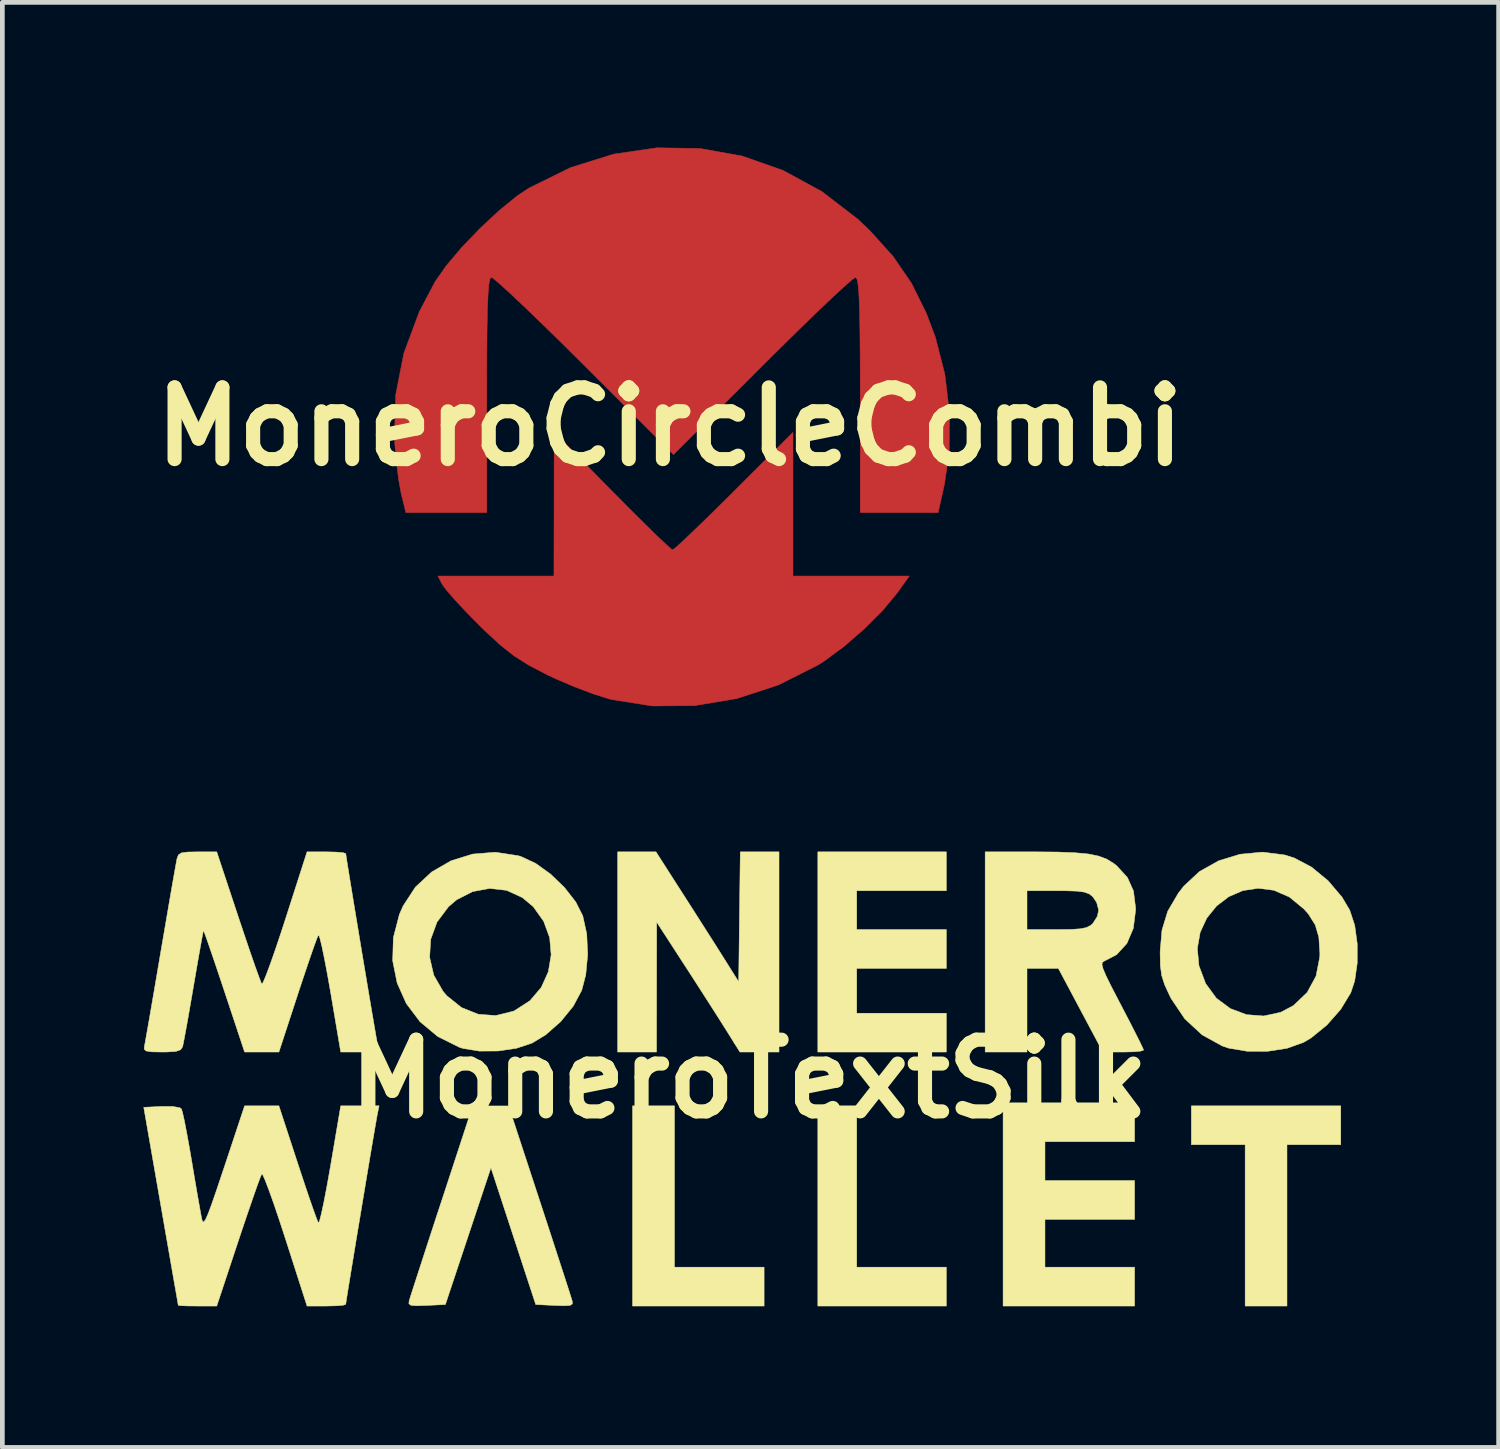
<source format=kicad_pcb>
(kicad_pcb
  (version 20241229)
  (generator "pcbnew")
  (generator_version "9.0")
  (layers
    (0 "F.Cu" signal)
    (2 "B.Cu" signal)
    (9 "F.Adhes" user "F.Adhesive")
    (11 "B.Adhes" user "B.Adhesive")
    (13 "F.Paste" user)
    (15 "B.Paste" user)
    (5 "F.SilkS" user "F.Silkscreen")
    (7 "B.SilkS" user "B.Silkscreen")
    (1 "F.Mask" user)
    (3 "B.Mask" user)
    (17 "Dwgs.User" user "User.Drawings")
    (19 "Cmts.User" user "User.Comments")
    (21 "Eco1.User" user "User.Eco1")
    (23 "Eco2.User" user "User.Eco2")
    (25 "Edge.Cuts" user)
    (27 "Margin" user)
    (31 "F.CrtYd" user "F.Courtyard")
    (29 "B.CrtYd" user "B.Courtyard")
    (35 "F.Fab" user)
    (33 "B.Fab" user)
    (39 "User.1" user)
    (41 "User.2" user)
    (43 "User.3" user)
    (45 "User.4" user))
  (footprint "MoneroCircleCombi"
    (layer "F.Cu")
    (at 11.183 6.017)
    (property "Reference" "MoneroCircleCombi" (at 0 0 0) (layer "F.SilkS") (effects (font (size 1.524 1.524) (thickness 0.3))))
    (attr through_hole)
    (fp_poly (pts (xy -1.226 1.369) (xy -0.866 1.733) (xy -0.543 2.054) (xy -0.273 2.318) (xy -0.072 2.508) (xy 0.042 2.608) (xy 0.06 2.619) (xy 0.131 2.566) (xy 0.296 2.415) (xy 0.539 2.184) (xy 0.844 1.888) (xy 1.194 1.544) (xy 1.368 1.37) (xy 2.619 0.121) (xy 2.619 3.175) (xy 5.09 3.175) (xy 4.827 3.542) (xy 4.525 3.907) (xy 4.131 4.3) (xy 3.697 4.676) (xy 3.271 4.99) (xy 3.146 5.068) (xy 2.306 5.491) (xy 1.423 5.779) (xy 0.523 5.929) (xy -0.373 5.936) (xy -1.241 5.798) (xy -1.27 5.791) (xy -1.613 5.684) (xy -2.026 5.528) (xy -2.443 5.35) (xy -2.615 5.268) (xy -2.995 5.069) (xy -3.309 4.871) (xy -3.606 4.636) (xy -3.939 4.327) (xy -4.053 4.216) (xy -4.329 3.934) (xy -4.569 3.677) (xy -4.746 3.473) (xy -4.834 3.354) (xy -4.927 3.175) (xy -2.461 3.175) (xy -2.458 1.647) (xy -2.456 0.119) (xy -1.226 1.369)) (stroke (width 0.01) (type solid)) (fill yes) (layer "F.Cu"))
    (fp_poly (pts (xy 0.642 -5.912) (xy 1.542 -5.751) (xy 2.411 -5.445) (xy 3.236 -4.995) (xy 4.004 -4.403) (xy 4.249 -4.17) (xy 4.747 -3.618) (xy 5.137 -3.049) (xy 5.452 -2.413) (xy 5.645 -1.901) (xy 5.846 -1.116) (xy 5.945 -0.285) (xy 5.938 0.539) (xy 5.838 1.223) (xy 5.704 1.826) (xy 4.048 1.826) (xy 4.048 -0.675) (xy 4.047 -1.404) (xy 4.042 -1.987) (xy 4.034 -2.437) (xy 4.022 -2.768) (xy 4.006 -2.992) (xy 3.984 -3.123) (xy 3.956 -3.173) (xy 3.95 -3.175) (xy 3.872 -3.121) (xy 3.696 -2.967) (xy 3.436 -2.726) (xy 3.106 -2.412) (xy 2.72 -2.037) (xy 2.29 -1.614) (xy 1.965 -1.29) (xy 0.079 0.594) (xy -1.806 -1.29) (xy -2.258 -1.739) (xy -2.676 -2.149) (xy -3.048 -2.508) (xy -3.36 -2.803) (xy -3.597 -3.02) (xy -3.746 -3.147) (xy -3.791 -3.175) (xy -3.82 -3.141) (xy -3.843 -3.028) (xy -3.86 -2.825) (xy -3.873 -2.519) (xy -3.882 -2.095) (xy -3.887 -1.542) (xy -3.889 -0.846) (xy -3.889 -0.675) (xy -3.889 1.826) (xy -5.608 1.826) (xy -5.71 1.409) (xy -5.76 1.135) (xy -5.807 0.768) (xy -5.842 0.373) (xy -5.85 0.238) (xy -5.824 -0.675) (xy -5.65 -1.563) (xy -5.323 -2.44) (xy -4.989 -3.077) (xy -4.751 -3.418) (xy -4.419 -3.81) (xy -4.032 -4.213) (xy -3.628 -4.59) (xy -3.245 -4.902) (xy -2.997 -5.068) (xy -2.108 -5.506) (xy -1.196 -5.791) (xy -0.275 -5.926) (xy 0.642 -5.912)) (stroke (width 0.01) (type solid)) (fill yes) (layer "F.Cu"))
    (fp_poly (pts (xy 0.588 -6.007) (xy 1.5 -5.857) (xy 2.381 -5.566) (xy 3.216 -5.134) (xy 3.991 -4.563) (xy 4.329 -4.249) (xy 4.825 -3.698) (xy 5.215 -3.131) (xy 5.531 -2.495) (xy 5.725 -1.98) (xy 5.912 -1.257) (xy 6.016 -0.465) (xy 6.033 0.337) (xy 5.959 1.088) (xy 5.917 1.303) (xy 5.784 1.905) (xy 3.969 1.905) (xy 3.969 -0.615) (xy 3.969 -3.134) (xy 2.024 -1.191) (xy 0.079 0.753) (xy -1.865 -1.191) (xy -3.81 -3.134) (xy -3.81 1.905) (xy -5.688 1.905) (xy -5.79 1.488) (xy -5.838 1.225) (xy -5.883 0.862) (xy -5.917 0.457) (xy -5.93 0.238) (xy -5.909 -0.684) (xy -5.755 -1.553) (xy -5.459 -2.397) (xy -5.068 -3.156) (xy -4.83 -3.498) (xy -4.498 -3.889) (xy -4.111 -4.293) (xy -3.707 -4.669) (xy -3.324 -4.981) (xy -3.077 -5.148) (xy -2.187 -5.585) (xy -1.27 -5.872) (xy -0.34 -6.012) (xy 0.588 -6.007)) (stroke (width 0.01) (type solid)) (fill yes) (layer "F.Mask"))
    (fp_poly (pts (xy 2.699 3.096) (xy 3.973 3.096) (xy 5.248 3.096) (xy 5.104 3.352) (xy 4.944 3.578) (xy 4.691 3.868) (xy 4.375 4.191) (xy 4.031 4.516) (xy 3.691 4.812) (xy 3.388 5.048) (xy 3.235 5.148) (xy 2.377 5.57) (xy 1.475 5.86) (xy 0.553 6.013) (xy -0.364 6.026) (xy -1.252 5.894) (xy -1.349 5.87) (xy -2.108 5.617) (xy -2.851 5.262) (xy -3.526 4.832) (xy -3.952 4.484) (xy -4.222 4.22) (xy -4.49 3.935) (xy -4.733 3.655) (xy -4.928 3.409) (xy -5.05 3.225) (xy -5.08 3.145) (xy -5.005 3.128) (xy -4.798 3.114) (xy -4.485 3.103) (xy -4.093 3.097) (xy -3.81 3.096) (xy -2.54 3.096) (xy -2.54 1.548) (xy -2.537 1.072) (xy -2.527 0.655) (xy -2.513 0.322) (xy -2.495 0.096) (xy -2.475 0.001) (xy -2.472 0) (xy -2.399 0.054) (xy -2.232 0.207) (xy -1.989 0.44) (xy -1.686 0.74) (xy -1.34 1.088) (xy -1.171 1.259) (xy 0.061 2.519) (xy 1.38 1.2) (xy 2.699 -0.118) (xy 2.699 3.096)) (stroke (width 0.01) (type solid)) (fill yes) (layer "F.Mask")))
  (footprint "MoneroTextSilk"
    (layer "F.Cu")
    (at 12.87 19.879)
    (property "Reference" "MoneroTextSilk" (at 0 0 0) (layer "F.SilkS") (effects (font (size 1.524 1.524) (thickness 0.3))))
    (attr through_hole)
    (fp_poly (pts (xy -1.587 4) (xy 0.318 4) (xy 0.318 4.826) (xy -2.477 4.826) (xy -2.477 0.572) (xy -1.587 0.572) (xy -1.587 4)) (stroke (width 0.01) (type solid)) (fill yes) (layer "F.SilkS"))
    (fp_poly (pts (xy 2.286 4) (xy 4.191 4) (xy 4.191 4.826) (xy 1.46 4.826) (xy 1.46 0.572) (xy 2.286 0.572) (xy 2.286 4)) (stroke (width 0.01) (type solid)) (fill yes) (layer "F.SilkS"))
    (fp_poly (pts (xy 12.573 1.397) (xy 11.43 1.397) (xy 11.43 4.826) (xy 10.541 4.826) (xy 10.541 1.397) (xy 9.398 1.397) (xy 9.398 0.572) (xy 12.573 0.572) (xy 12.573 1.397)) (stroke (width 0.01) (type solid)) (fill yes) (layer "F.SilkS"))
    (fp_poly (pts (xy 4.191 -4) (xy 2.286 -4) (xy 2.286 -3.175) (xy 4.191 -3.175) (xy 4.191 -2.349) (xy 2.286 -2.349) (xy 2.286 -1.397) (xy 4.191 -1.397) (xy 4.191 -0.572) (xy 1.46 -0.572) (xy 1.46 -4.826) (xy 4.191 -4.826) (xy 4.191 -4)) (stroke (width 0.01) (type solid)) (fill yes) (layer "F.SilkS"))
    (fp_poly (pts (xy 8.191 1.333) (xy 6.287 1.333) (xy 6.287 2.159) (xy 8.191 2.159) (xy 8.191 2.985) (xy 6.287 2.985) (xy 6.287 4) (xy 8.191 4) (xy 8.191 4.826) (xy 5.397 4.826) (xy 5.397 0.508) (xy 8.191 0.508) (xy 8.191 1.333)) (stroke (width 0.01) (type solid)) (fill yes) (layer "F.SilkS"))
    (fp_poly (pts (xy -1.4 -3.921) (xy -1.179 -3.576) (xy -0.956 -3.226) (xy -0.75 -2.903) (xy -0.583 -2.639) (xy -0.521 -2.54) (xy -0.222 -2.064) (xy -0.188 -4.826) (xy 0.635 -4.826) (xy 0.635 -0.572) (xy -0.196 -0.572) (xy -0.495 -1.05) (xy -0.636 -1.273) (xy -0.826 -1.571) (xy -1.044 -1.911) (xy -1.27 -2.262) (xy -1.38 -2.431) (xy -1.965 -3.334) (xy -1.968 -0.572) (xy -2.794 -0.572) (xy -2.794 -4.826) (xy -1.98 -4.826) (xy -1.4 -3.921)) (stroke (width 0.01) (type solid)) (fill yes) (layer "F.SilkS"))
    (fp_poly (pts (xy -4.451 2.589) (xy -4.292 3.074) (xy -4.145 3.525) (xy -4.015 3.925) (xy -3.906 4.26) (xy -3.824 4.514) (xy -3.774 4.673) (xy -3.76 4.718) (xy -3.756 4.78) (xy -3.804 4.812) (xy -3.929 4.82) (xy -4.133 4.813) (xy -4.535 4.794) (xy -5.011 3.341) (xy -5.487 1.887) (xy -6.455 4.794) (xy -6.855 4.813) (xy -7.073 4.82) (xy -7.189 4.81) (xy -7.231 4.775) (xy -7.225 4.718) (xy -7.199 4.632) (xy -7.138 4.44) (xy -7.046 4.158) (xy -6.93 3.8) (xy -6.794 3.382) (xy -6.643 2.919) (xy -6.534 2.589) (xy -5.874 0.574) (xy -5.112 0.574) (xy -4.451 2.589)) (stroke (width 0.01) (type solid)) (fill yes) (layer "F.SilkS"))
    (fp_poly (pts (xy -4.909 -4.744) (xy -4.849 -4.727) (xy -4.538 -4.582) (xy -4.218 -4.352) (xy -3.923 -4.067) (xy -3.684 -3.76) (xy -3.535 -3.465) (xy -3.451 -3.08) (xy -3.431 -2.643) (xy -3.472 -2.211) (xy -3.558 -1.882) (xy -3.737 -1.547) (xy -4.003 -1.22) (xy -4.323 -0.938) (xy -4.613 -0.762) (xy -4.947 -0.651) (xy -5.338 -0.594) (xy -5.735 -0.592) (xy -6.087 -0.65) (xy -6.16 -0.674) (xy -6.618 -0.902) (xy -6.995 -1.217) (xy -7.285 -1.602) (xy -7.48 -2.039) (xy -7.575 -2.511) (xy -7.573 -2.585) (xy -6.79 -2.585) (xy -6.703 -2.208) (xy -6.505 -1.862) (xy -6.424 -1.767) (xy -6.112 -1.517) (xy -5.758 -1.375) (xy -5.385 -1.347) (xy -5.016 -1.438) (xy -4.984 -1.452) (xy -4.657 -1.663) (xy -4.417 -1.946) (xy -4.267 -2.278) (xy -4.207 -2.637) (xy -4.239 -3.002) (xy -4.366 -3.35) (xy -4.587 -3.66) (xy -4.817 -3.853) (xy -5.153 -4.008) (xy -5.515 -4.049) (xy -5.878 -3.981) (xy -6.217 -3.807) (xy -6.389 -3.66) (xy -6.633 -3.334) (xy -6.767 -2.968) (xy -6.79 -2.585) (xy -7.573 -2.585) (xy -7.561 -3.002) (xy -7.433 -3.495) (xy -7.355 -3.674) (xy -7.093 -4.076) (xy -6.746 -4.399) (xy -6.333 -4.637) (xy -5.875 -4.779) (xy -5.394 -4.818) (xy -4.909 -4.744)) (stroke (width 0.01) (type solid)) (fill yes) (layer "F.SilkS"))
    (fp_poly (pts (xy 6.08 -4.826) (xy 6.558 -4.822) (xy 6.929 -4.807) (xy 7.214 -4.78) (xy 7.431 -4.735) (xy 7.602 -4.67) (xy 7.746 -4.581) (xy 7.811 -4.53) (xy 8.038 -4.283) (xy 8.168 -3.994) (xy 8.213 -3.632) (xy 8.213 -3.588) (xy 8.165 -3.201) (xy 8.028 -2.88) (xy 7.81 -2.641) (xy 7.551 -2.507) (xy 7.511 -2.483) (xy 7.498 -2.435) (xy 7.52 -2.345) (xy 7.582 -2.198) (xy 7.69 -1.977) (xy 7.852 -1.665) (xy 7.906 -1.562) (xy 8.067 -1.253) (xy 8.204 -0.984) (xy 8.309 -0.775) (xy 8.37 -0.646) (xy 8.382 -0.613) (xy 8.324 -0.592) (xy 8.172 -0.577) (xy 7.957 -0.572) (xy 7.95 -0.572) (xy 7.518 -0.572) (xy 7.045 -1.46) (xy 6.572 -2.349) (xy 6.239 -2.349) (xy 5.905 -2.349) (xy 5.905 -0.572) (xy 5.016 -0.572) (xy 5.016 -4) (xy 5.905 -4) (xy 5.905 -3.175) (xy 6.54 -3.175) (xy 6.84 -3.178) (xy 7.041 -3.191) (xy 7.171 -3.218) (xy 7.258 -3.263) (xy 7.303 -3.302) (xy 7.399 -3.453) (xy 7.429 -3.588) (xy 7.385 -3.752) (xy 7.303 -3.873) (xy 7.227 -3.933) (xy 7.126 -3.97) (xy 6.972 -3.991) (xy 6.735 -3.999) (xy 6.54 -4) (xy 5.905 -4) (xy 5.016 -4) (xy 5.016 -4.826) (xy 6.08 -4.826)) (stroke (width 0.01) (type solid)) (fill yes) (layer "F.SilkS"))
    (fp_poly (pts (xy 11.381 -4.76) (xy 11.587 -4.695) (xy 11.955 -4.5) (xy 12.304 -4.212) (xy 12.599 -3.864) (xy 12.763 -3.588) (xy 12.87 -3.263) (xy 12.923 -2.872) (xy 12.923 -2.463) (xy 12.869 -2.083) (xy 12.785 -1.83) (xy 12.571 -1.478) (xy 12.277 -1.145) (xy 11.944 -0.873) (xy 11.782 -0.777) (xy 11.43 -0.651) (xy 11.016 -0.587) (xy 10.587 -0.588) (xy 10.193 -0.654) (xy 10.056 -0.7) (xy 9.626 -0.937) (xy 9.258 -1.278) (xy 8.968 -1.709) (xy 8.94 -1.764) (xy 8.83 -2.003) (xy 8.767 -2.2) (xy 8.739 -2.409) (xy 8.734 -2.688) (xy 8.734 -2.697) (xy 8.74 -2.774) (xy 9.525 -2.774) (xy 9.559 -2.406) (xy 9.702 -2.026) (xy 9.929 -1.716) (xy 10.227 -1.495) (xy 10.571 -1.366) (xy 10.936 -1.338) (xy 11.297 -1.416) (xy 11.568 -1.56) (xy 11.86 -1.839) (xy 12.048 -2.187) (xy 12.127 -2.593) (xy 12.129 -2.673) (xy 12.107 -3.012) (xy 12.031 -3.274) (xy 11.885 -3.505) (xy 11.791 -3.611) (xy 11.48 -3.867) (xy 11.15 -4.01) (xy 10.817 -4.052) (xy 10.493 -4.003) (xy 10.194 -3.874) (xy 9.934 -3.676) (xy 9.726 -3.419) (xy 9.585 -3.115) (xy 9.525 -2.774) (xy 8.74 -2.774) (xy 8.774 -3.164) (xy 8.897 -3.566) (xy 9.12 -3.946) (xy 9.235 -4.095) (xy 9.569 -4.407) (xy 9.978 -4.636) (xy 10.435 -4.776) (xy 10.911 -4.82) (xy 11.381 -4.76)) (stroke (width 0.01) (type solid)) (fill yes) (layer "F.SilkS"))
    (fp_poly (pts (xy -7.9 0.746) (xy -7.919 0.851) (xy -7.955 1.057) (xy -8.004 1.346) (xy -8.064 1.699) (xy -8.131 2.1) (xy -8.202 2.528) (xy -8.275 2.967) (xy -8.347 3.397) (xy -8.413 3.8) (xy -8.472 4.158) (xy -8.52 4.452) (xy -8.554 4.665) (xy -8.571 4.778) (xy -8.572 4.79) (xy -8.63 4.809) (xy -8.782 4.821) (xy -8.984 4.826) (xy -9.395 4.826) (xy -9.854 3.397) (xy -9.984 2.999) (xy -10.103 2.647) (xy -10.206 2.359) (xy -10.287 2.148) (xy -10.339 2.033) (xy -10.355 2.016) (xy -10.387 2.088) (xy -10.452 2.262) (xy -10.543 2.522) (xy -10.656 2.85) (xy -10.784 3.228) (xy -10.856 3.445) (xy -11.314 4.826) (xy -11.721 4.826) (xy -11.93 4.824) (xy -12.079 4.818) (xy -12.132 4.81) (xy -12.143 4.746) (xy -12.173 4.572) (xy -12.221 4.301) (xy -12.282 3.95) (xy -12.355 3.531) (xy -12.437 3.061) (xy -12.5 2.699) (xy -12.865 0.603) (xy -12.487 0.584) (xy -12.248 0.585) (xy -12.099 0.612) (xy -12.064 0.637) (xy -12.039 0.721) (xy -11.998 0.908) (xy -11.947 1.175) (xy -11.888 1.499) (xy -11.848 1.736) (xy -11.787 2.099) (xy -11.73 2.432) (xy -11.681 2.71) (xy -11.646 2.906) (xy -11.633 2.972) (xy -11.615 3.03) (xy -11.589 3.039) (xy -11.552 2.988) (xy -11.497 2.864) (xy -11.42 2.657) (xy -11.315 2.354) (xy -11.178 1.944) (xy -11.155 1.877) (xy -10.722 0.572) (xy -9.993 0.572) (xy -9.593 1.794) (xy -9.47 2.167) (xy -9.358 2.499) (xy -9.264 2.77) (xy -9.194 2.963) (xy -9.155 3.057) (xy -9.152 3.062) (xy -9.129 3.017) (xy -9.09 2.864) (xy -9.038 2.621) (xy -8.977 2.306) (xy -8.911 1.937) (xy -8.894 1.84) (xy -8.679 0.572) (xy -8.272 0.572) (xy -7.864 0.571) (xy -7.9 0.746)) (stroke (width 0.01) (type solid)) (fill yes) (layer "F.SilkS"))
    (fp_poly (pts (xy -10.856 -3.445) (xy -10.723 -3.048) (xy -10.602 -2.691) (xy -10.498 -2.392) (xy -10.418 -2.17) (xy -10.368 -2.041) (xy -10.355 -2.016) (xy -10.325 -2.06) (xy -10.263 -2.21) (xy -10.174 -2.448) (xy -10.065 -2.76) (xy -9.941 -3.129) (xy -9.854 -3.397) (xy -9.395 -4.826) (xy -8.984 -4.826) (xy -8.774 -4.821) (xy -8.626 -4.808) (xy -8.572 -4.79) (xy -8.562 -4.72) (xy -8.534 -4.542) (xy -8.491 -4.276) (xy -8.436 -3.939) (xy -8.372 -3.551) (xy -8.302 -3.128) (xy -8.23 -2.691) (xy -8.157 -2.257) (xy -8.088 -1.844) (xy -8.025 -1.47) (xy -7.971 -1.155) (xy -7.93 -0.916) (xy -7.905 -0.772) (xy -7.9 -0.746) (xy -7.864 -0.572) (xy -8.679 -0.572) (xy -8.894 -1.84) (xy -8.961 -2.219) (xy -9.024 -2.549) (xy -9.078 -2.812) (xy -9.121 -2.988) (xy -9.148 -3.062) (xy -9.152 -3.062) (xy -9.184 -2.99) (xy -9.248 -2.816) (xy -9.337 -2.56) (xy -9.446 -2.238) (xy -9.568 -1.872) (xy -9.593 -1.794) (xy -9.993 -0.572) (xy -10.722 -0.572) (xy -11.153 -1.87) (xy -11.28 -2.25) (xy -11.393 -2.585) (xy -11.487 -2.858) (xy -11.555 -3.052) (xy -11.592 -3.148) (xy -11.596 -3.156) (xy -11.61 -3.092) (xy -11.641 -2.923) (xy -11.687 -2.668) (xy -11.743 -2.347) (xy -11.806 -1.979) (xy -11.808 -1.968) (xy -11.873 -1.591) (xy -11.932 -1.252) (xy -11.983 -0.973) (xy -12.02 -0.775) (xy -12.04 -0.683) (xy -12.082 -0.62) (xy -12.181 -0.586) (xy -12.364 -0.573) (xy -12.476 -0.572) (xy -12.695 -0.576) (xy -12.813 -0.594) (xy -12.856 -0.633) (xy -12.853 -0.683) (xy -12.836 -0.772) (xy -12.801 -0.969) (xy -12.75 -1.259) (xy -12.687 -1.624) (xy -12.614 -2.048) (xy -12.535 -2.515) (xy -12.509 -2.667) (xy -12.427 -3.145) (xy -12.351 -3.588) (xy -12.284 -3.979) (xy -12.228 -4.3) (xy -12.186 -4.535) (xy -12.162 -4.666) (xy -12.158 -4.683) (xy -12.129 -4.761) (xy -12.064 -4.804) (xy -11.933 -4.822) (xy -11.72 -4.826) (xy -11.314 -4.826) (xy -10.856 -3.445)) (stroke (width 0.01) (type solid)) (fill yes) (layer "F.SilkS")))
  (gr_rect
    (start -3 -3)
    (end 28.798 27.71)
    (stroke (width 0.1) (type default))
    (fill no)
    (layer "Edge.Cuts")))
</source>
